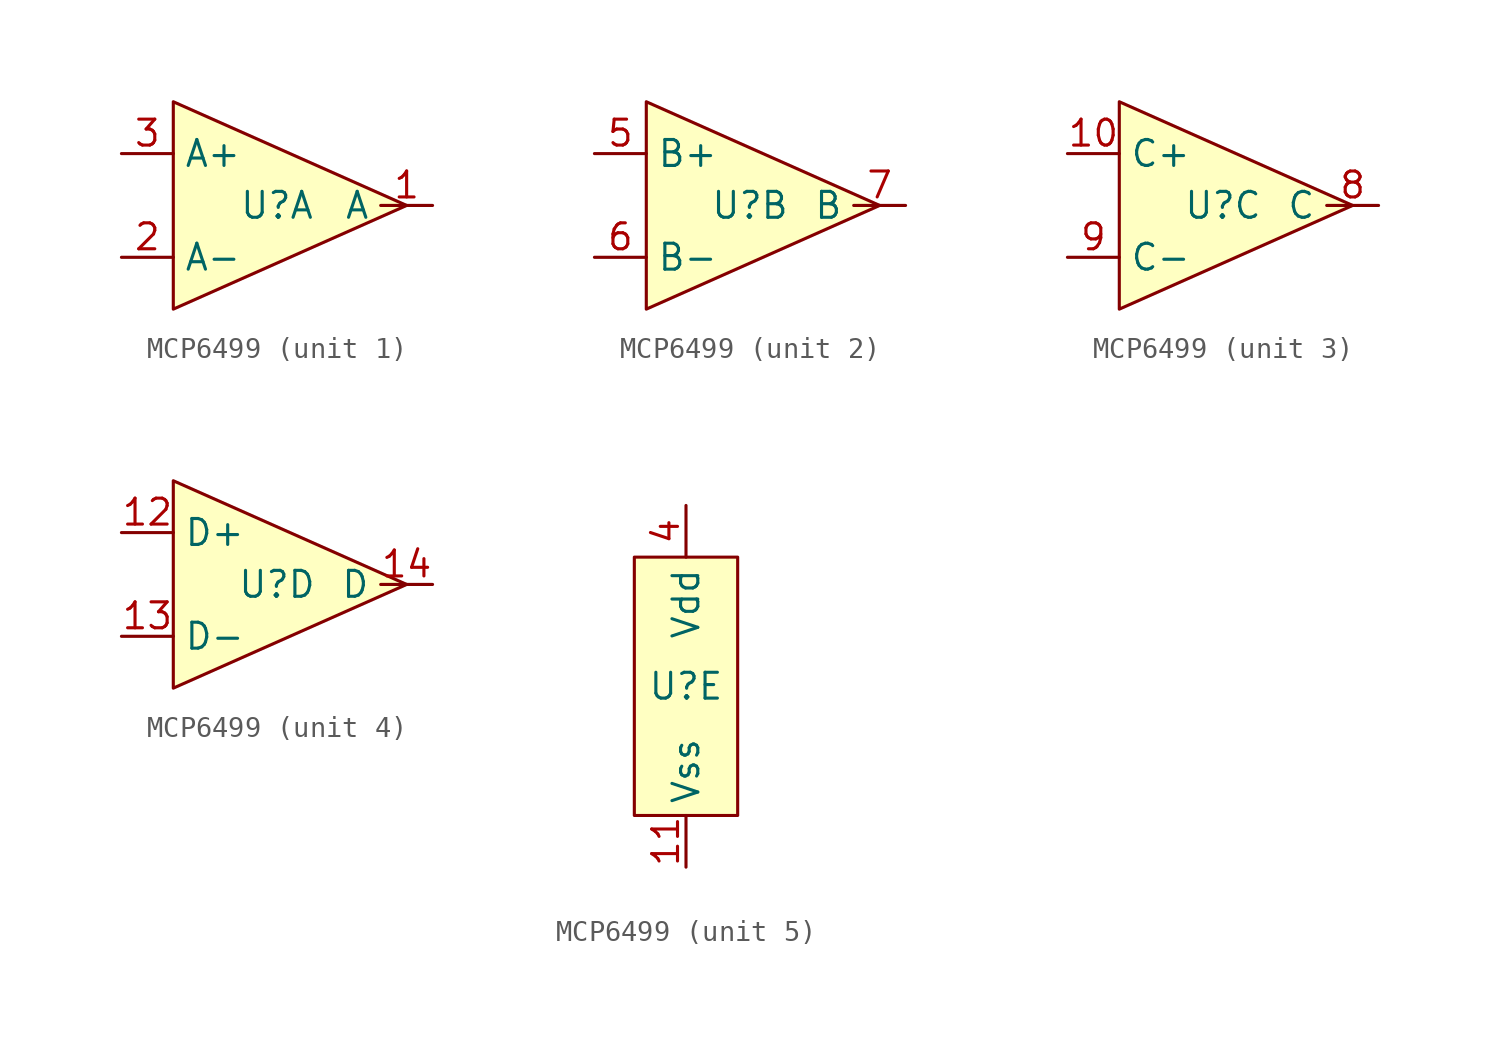
<source format=kicad_sym>
(kicad_symbol_lib
  (version 20220914)
  (generator kicad_symbol_editor)
  (symbol "MCP6499"
    (property "Reference" "U"
      (at 0 0 0)
      (effects (font (size 1.27 1.27))))
    (property "Value" ""
      (at 0 0 0)
      (effects (font (size 1.27 1.27))))
    (property "ki_locked" ""
      (at 0 0 0)
      (effects (font (size 1.27 1.27))))
    (symbol "MCP6499_1_1"
      (polyline (pts (xy -5.08 5.08) (xy -5.08 -5.08) (xy 6.35 0) (xy -5.08 5.08)) (stroke (width 0) (type default)) (fill (type background)))
      (pin output line (at 7.62 0 180) (length 2.54) (name "A" (effects (font (size 1.27 1.27)))) (number "1" (effects (font (size 1.27 1.27)))))
      (pin input line (at -7.62 -2.54 0) (length 2.54) (name "A-" (effects (font (size 1.27 1.27)))) (number "2" (effects (font (size 1.27 1.27)))))
      (pin input line (at -7.62 2.54 0) (length 2.54) (name "A+" (effects (font (size 1.27 1.27)))) (number "3" (effects (font (size 1.27 1.27))))))
    (symbol "MCP6499_2_1"
      (polyline (pts (xy -5.08 5.08) (xy -5.08 -5.08) (xy 6.35 0) (xy -5.08 5.08)) (stroke (width 0) (type default)) (fill (type background)))
      (pin input line (at -7.62 2.54 0) (length 2.54) (name "B+" (effects (font (size 1.27 1.27)))) (number "5" (effects (font (size 1.27 1.27)))))
      (pin input line (at -7.62 -2.54 0) (length 2.54) (name "B-" (effects (font (size 1.27 1.27)))) (number "6" (effects (font (size 1.27 1.27)))))
      (pin output line (at 7.62 0 180) (length 2.54) (name "B" (effects (font (size 1.27 1.27)))) (number "7" (effects (font (size 1.27 1.27))))))
    (symbol "MCP6499_3_1"
      (polyline (pts (xy -5.08 5.08) (xy -5.08 -5.08) (xy 6.35 0) (xy -5.08 5.08)) (stroke (width 0) (type default)) (fill (type background)))
      (pin input line (at -7.62 2.54 0) (length 2.54) (name "C+" (effects (font (size 1.27 1.27)))) (number "10" (effects (font (size 1.27 1.27)))))
      (pin output line (at 7.62 0 180) (length 2.54) (name "C" (effects (font (size 1.27 1.27)))) (number "8" (effects (font (size 1.27 1.27)))))
      (pin input line (at -7.62 -2.54 0) (length 2.54) (name "C-" (effects (font (size 1.27 1.27)))) (number "9" (effects (font (size 1.27 1.27))))))
    (symbol "MCP6499_4_1"
      (polyline (pts (xy -5.08 5.08) (xy -5.08 -5.08) (xy 6.35 0) (xy -5.08 5.08)) (stroke (width 0) (type default)) (fill (type background)))
      (pin input line (at -7.62 2.54 0) (length 2.54) (name "D+" (effects (font (size 1.27 1.27)))) (number "12" (effects (font (size 1.27 1.27)))))
      (pin input line (at -7.62 -2.54 0) (length 2.54) (name "D-" (effects (font (size 1.27 1.27)))) (number "13" (effects (font (size 1.27 1.27)))))
      (pin output line (at 7.62 0 180) (length 2.54) (name "D" (effects (font (size 1.27 1.27)))) (number "14" (effects (font (size 1.27 1.27))))))
    (symbol "MCP6499_5_1"
      (rectangle (start -2.54 6.35) (end 2.54 -6.35) (stroke (width 0) (type default)) (fill (type background)))
      (pin power_in line (at 0 -8.89 90) (length 2.54) (name "Vss" (effects (font (size 1.27 1.27)))) (number "11" (effects (font (size 1.27 1.27)))))
      (pin power_in line (at 0 8.89 270) (length 2.54) (name "Vdd" (effects (font (size 1.27 1.27)))) (number "4" (effects (font (size 1.27 1.27))))))))
</source>
